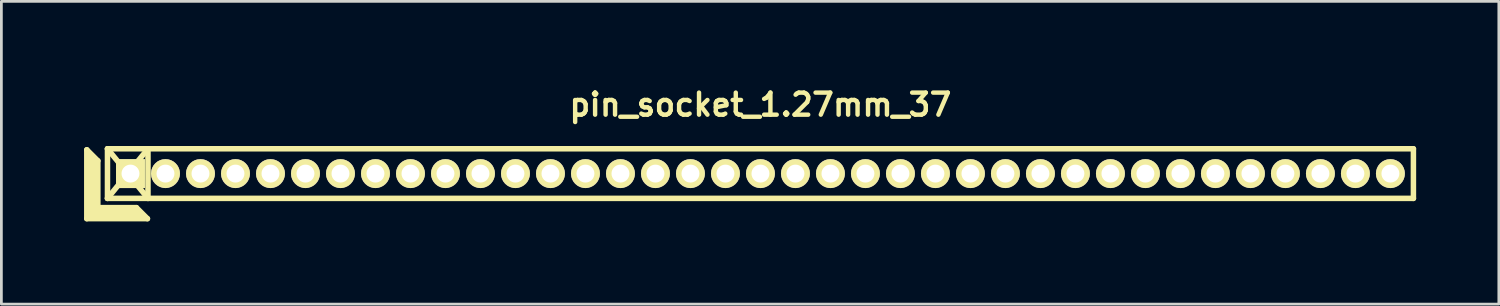
<source format=kicad_pcb>
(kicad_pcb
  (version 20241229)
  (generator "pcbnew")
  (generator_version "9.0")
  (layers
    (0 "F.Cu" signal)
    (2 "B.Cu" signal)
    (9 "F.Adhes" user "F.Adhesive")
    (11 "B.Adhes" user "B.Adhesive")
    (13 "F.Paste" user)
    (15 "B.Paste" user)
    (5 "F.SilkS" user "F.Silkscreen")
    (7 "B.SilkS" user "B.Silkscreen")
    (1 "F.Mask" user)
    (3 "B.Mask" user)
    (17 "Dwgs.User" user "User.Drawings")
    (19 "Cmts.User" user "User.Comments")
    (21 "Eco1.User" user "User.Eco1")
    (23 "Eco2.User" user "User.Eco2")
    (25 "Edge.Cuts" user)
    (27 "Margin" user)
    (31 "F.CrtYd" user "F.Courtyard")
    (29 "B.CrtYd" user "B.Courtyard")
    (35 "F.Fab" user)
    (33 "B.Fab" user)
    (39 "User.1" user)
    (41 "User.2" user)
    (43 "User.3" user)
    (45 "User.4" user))
  (footprint "pin_socket_1.27mm_37"
    (layer "F.Cu")
    (at 24.545 3.249)
    (property "Reference" "pin_socket_1.27mm_37" (at 0 -2.5 0) (layer "F.SilkS") (effects (font (size 0.8 0.8) (thickness 0.16))))
    (attr through_hole)
    (fp_line (start -24.445 -0.864) (end -24.445 1.636) (stroke (width 0.2) (type solid)) (layer "F.SilkS"))
    (fp_line (start -24.445 -0.864) (end -24.045 -0.464) (stroke (width 0.2) (type solid)) (layer "F.SilkS"))
    (fp_line (start -24.445 1.636) (end -22.245 1.636) (stroke (width 0.2) (type solid)) (layer "F.SilkS"))
    (fp_line (start -24.345 1.536) (end -24.345 -0.664) (stroke (width 0.2) (type solid)) (layer "F.SilkS"))
    (fp_line (start -24.345 1.536) (end -22.445 1.536) (stroke (width 0.2) (type solid)) (layer "F.SilkS"))
    (fp_line (start -24.245 1.436) (end -24.245 -0.564) (stroke (width 0.2) (type solid)) (layer "F.SilkS"))
    (fp_line (start -24.245 1.436) (end -22.545 1.436) (stroke (width 0.2) (type solid)) (layer "F.SilkS"))
    (fp_line (start -24.145 1.336) (end -24.145 -0.464) (stroke (width 0.2) (type solid)) (layer "F.SilkS"))
    (fp_line (start -24.145 1.336) (end -22.645 1.336) (stroke (width 0.2) (type solid)) (layer "F.SilkS"))
    (fp_line (start -24.045 1.236) (end -24.045 -0.464) (stroke (width 0.2) (type solid)) (layer "F.SilkS"))
    (fp_line (start -24.045 1.236) (end -22.645 1.236) (stroke (width 0.2) (type solid)) (layer "F.SilkS"))
    (fp_line (start -23.695 -0.9) (end -22.225 0.9) (stroke (width 0.2) (type solid)) (layer "F.SilkS"))
    (fp_line (start -23.695 -0.9) (end 23.695 -0.9) (stroke (width 0.2) (type solid)) (layer "F.SilkS"))
    (fp_line (start -23.695 0.9) (end -23.695 -0.9) (stroke (width 0.2) (type solid)) (layer "F.SilkS"))
    (fp_line (start -23.695 0.9) (end -22.225 -0.9) (stroke (width 0.2) (type solid)) (layer "F.SilkS"))
    (fp_line (start -22.645 1.236) (end -22.245 1.636) (stroke (width 0.2) (type solid)) (layer "F.SilkS"))
    (fp_line (start -22.225 -0.9) (end -22.225 0.9) (stroke (width 0.2) (type solid)) (layer "F.SilkS"))
    (fp_line (start 23.695 -0.9) (end 23.695 0.9) (stroke (width 0.2) (type solid)) (layer "F.SilkS"))
    (fp_line (start 23.695 0.9) (end -23.695 0.9) (stroke (width 0.2) (type solid)) (layer "F.SilkS"))
    (pad "1" thru_hole rect (at -22.86 0) (size 1.05 1.05) (drill 0.65) (layers "*.Cu" "*.Mask" "F.SilkS"))
    (pad "2" thru_hole oval (at -21.59 0) (size 1.05 1.05) (drill 0.65) (layers "*.Cu" "*.Mask" "F.SilkS"))
    (pad "3" thru_hole oval (at -20.32 0) (size 1.05 1.05) (drill 0.65) (layers "*.Cu" "*.Mask" "F.SilkS"))
    (pad "4" thru_hole oval (at -19.05 0) (size 1.05 1.05) (drill 0.65) (layers "*.Cu" "*.Mask" "F.SilkS"))
    (pad "5" thru_hole oval (at -17.78 0) (size 1.05 1.05) (drill 0.65) (layers "*.Cu" "*.Mask" "F.SilkS"))
    (pad "6" thru_hole oval (at -16.51 0) (size 1.05 1.05) (drill 0.65) (layers "*.Cu" "*.Mask" "F.SilkS"))
    (pad "7" thru_hole oval (at -15.24 0) (size 1.05 1.05) (drill 0.65) (layers "*.Cu" "*.Mask" "F.SilkS"))
    (pad "8" thru_hole oval (at -13.97 0) (size 1.05 1.05) (drill 0.65) (layers "*.Cu" "*.Mask" "F.SilkS"))
    (pad "9" thru_hole oval (at -12.7 0) (size 1.05 1.05) (drill 0.65) (layers "*.Cu" "*.Mask" "F.SilkS"))
    (pad "10" thru_hole oval (at -11.43 0) (size 1.05 1.05) (drill 0.65) (layers "*.Cu" "*.Mask" "F.SilkS"))
    (pad "11" thru_hole oval (at -10.16 0) (size 1.05 1.05) (drill 0.65) (layers "*.Cu" "*.Mask" "F.SilkS"))
    (pad "12" thru_hole oval (at -8.89 0) (size 1.05 1.05) (drill 0.65) (layers "*.Cu" "*.Mask" "F.SilkS"))
    (pad "13" thru_hole oval (at -7.62 0) (size 1.05 1.05) (drill 0.65) (layers "*.Cu" "*.Mask" "F.SilkS"))
    (pad "14" thru_hole oval (at -6.35 0) (size 1.05 1.05) (drill 0.65) (layers "*.Cu" "*.Mask" "F.SilkS"))
    (pad "15" thru_hole oval (at -5.08 0) (size 1.05 1.05) (drill 0.65) (layers "*.Cu" "*.Mask" "F.SilkS"))
    (pad "16" thru_hole oval (at -3.81 0) (size 1.05 1.05) (drill 0.65) (layers "*.Cu" "*.Mask" "F.SilkS"))
    (pad "17" thru_hole oval (at -2.54 0) (size 1.05 1.05) (drill 0.65) (layers "*.Cu" "*.Mask" "F.SilkS"))
    (pad "18" thru_hole oval (at -1.27 0) (size 1.05 1.05) (drill 0.65) (layers "*.Cu" "*.Mask" "F.SilkS"))
    (pad "19" thru_hole oval (at 0 0) (size 1.05 1.05) (drill 0.65) (layers "*.Cu" "*.Mask" "F.SilkS"))
    (pad "20" thru_hole oval (at 1.27 0) (size 1.05 1.05) (drill 0.65) (layers "*.Cu" "*.Mask" "F.SilkS"))
    (pad "21" thru_hole oval (at 2.54 0) (size 1.05 1.05) (drill 0.65) (layers "*.Cu" "*.Mask" "F.SilkS"))
    (pad "22" thru_hole oval (at 3.81 0) (size 1.05 1.05) (drill 0.65) (layers "*.Cu" "*.Mask" "F.SilkS"))
    (pad "23" thru_hole oval (at 5.08 0) (size 1.05 1.05) (drill 0.65) (layers "*.Cu" "*.Mask" "F.SilkS"))
    (pad "24" thru_hole oval (at 6.35 0) (size 1.05 1.05) (drill 0.65) (layers "*.Cu" "*.Mask" "F.SilkS"))
    (pad "25" thru_hole oval (at 7.62 0) (size 1.05 1.05) (drill 0.65) (layers "*.Cu" "*.Mask" "F.SilkS"))
    (pad "26" thru_hole oval (at 8.89 0) (size 1.05 1.05) (drill 0.65) (layers "*.Cu" "*.Mask" "F.SilkS"))
    (pad "27" thru_hole oval (at 10.16 0) (size 1.05 1.05) (drill 0.65) (layers "*.Cu" "*.Mask" "F.SilkS"))
    (pad "28" thru_hole oval (at 11.43 0) (size 1.05 1.05) (drill 0.65) (layers "*.Cu" "*.Mask" "F.SilkS"))
    (pad "29" thru_hole oval (at 12.7 0) (size 1.05 1.05) (drill 0.65) (layers "*.Cu" "*.Mask" "F.SilkS"))
    (pad "30" thru_hole oval (at 13.97 0) (size 1.05 1.05) (drill 0.65) (layers "*.Cu" "*.Mask" "F.SilkS"))
    (pad "31" thru_hole oval (at 15.24 0) (size 1.05 1.05) (drill 0.65) (layers "*.Cu" "*.Mask" "F.SilkS"))
    (pad "32" thru_hole oval (at 16.51 0) (size 1.05 1.05) (drill 0.65) (layers "*.Cu" "*.Mask" "F.SilkS"))
    (pad "33" thru_hole oval (at 17.78 0) (size 1.05 1.05) (drill 0.65) (layers "*.Cu" "*.Mask" "F.SilkS"))
    (pad "34" thru_hole oval (at 19.05 0) (size 1.05 1.05) (drill 0.65) (layers "*.Cu" "*.Mask" "F.SilkS"))
    (pad "35" thru_hole oval (at 20.32 0) (size 1.05 1.05) (drill 0.65) (layers "*.Cu" "*.Mask" "F.SilkS"))
    (pad "36" thru_hole oval (at 21.59 0) (size 1.05 1.05) (drill 0.65) (layers "*.Cu" "*.Mask" "F.SilkS"))
    (pad "37" thru_hole oval (at 22.86 0) (size 1.05 1.05) (drill 0.65) (layers "*.Cu" "*.Mask" "F.SilkS")))
  (gr_rect
    (start -3 -3)
    (end 51.34 7.985)
    (stroke (width 0.1) (type default))
    (fill no)
    (layer "Edge.Cuts")))
</source>
